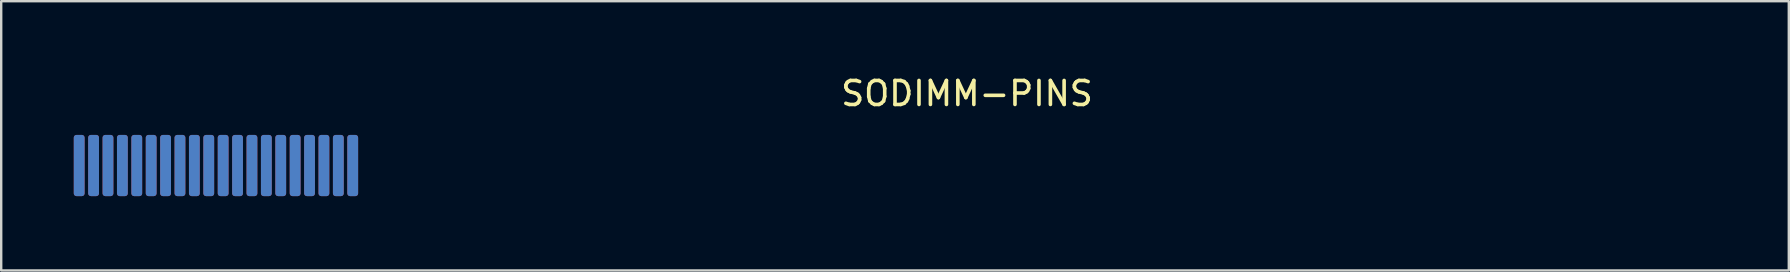
<source format=kicad_pcb>
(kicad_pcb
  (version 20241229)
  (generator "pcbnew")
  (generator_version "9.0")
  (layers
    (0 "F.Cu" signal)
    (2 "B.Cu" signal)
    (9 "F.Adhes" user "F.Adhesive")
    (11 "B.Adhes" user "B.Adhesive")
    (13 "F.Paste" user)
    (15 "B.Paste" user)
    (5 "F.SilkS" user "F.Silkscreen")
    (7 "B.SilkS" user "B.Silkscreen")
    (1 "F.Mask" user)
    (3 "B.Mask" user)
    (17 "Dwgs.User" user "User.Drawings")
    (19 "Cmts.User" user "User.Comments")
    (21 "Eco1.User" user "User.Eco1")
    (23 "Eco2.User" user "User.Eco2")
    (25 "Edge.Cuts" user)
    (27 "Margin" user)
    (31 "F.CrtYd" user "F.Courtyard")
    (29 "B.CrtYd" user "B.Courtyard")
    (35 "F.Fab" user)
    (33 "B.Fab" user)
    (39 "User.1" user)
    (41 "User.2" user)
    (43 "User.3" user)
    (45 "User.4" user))
  (footprint "SODIMM-PINS"
    (layer "F.Cu")
    (at 0.25 3.848)
    (property "Reference" "SODIMM-PINS" (at 37 -3 0) (layer "F.SilkS") (effects (font (size 1 1) (thickness 0.15))))
    (attr through_hole)
    (fp_line (start 66.5 1.3) (end 68.175 1.3) (stroke (width 0.15) (type solid)) (layer "B.Paste"))
    (pad "1" smd roundrect (at 0 0) (size 0.45 2.55) (layers "F.Cu" "F.Mask" "F.Paste") (roundrect_rratio 0.25))
    (pad "2" smd roundrect (at 0.6 0) (size 0.45 2.55) (layers "F.Cu" "F.Mask" "F.Paste") (roundrect_rratio 0.25))
    (pad "3" smd roundrect (at 1.2 0) (size 0.45 2.55) (layers "F.Cu" "F.Mask" "F.Paste") (roundrect_rratio 0.25))
    (pad "4" smd roundrect (at 1.8 0) (size 0.45 2.55) (layers "F.Cu" "F.Mask" "F.Paste") (roundrect_rratio 0.25))
    (pad "5" smd roundrect (at 2.4 0) (size 0.45 2.55) (layers "F.Cu" "F.Mask" "F.Paste") (roundrect_rratio 0.25))
    (pad "6" smd roundrect (at 3 0) (size 0.45 2.55) (layers "F.Cu" "F.Mask" "F.Paste") (roundrect_rratio 0.25))
    (pad "7" smd roundrect (at 3.6 0) (size 0.45 2.55) (layers "F.Cu" "F.Mask" "F.Paste") (roundrect_rratio 0.25))
    (pad "8" smd roundrect (at 4.2 0) (size 0.45 2.55) (layers "F.Cu" "F.Mask" "F.Paste") (roundrect_rratio 0.25))
    (pad "9" smd roundrect (at 4.8 0) (size 0.45 2.55) (layers "F.Cu" "F.Mask" "F.Paste") (roundrect_rratio 0.25))
    (pad "10" smd roundrect (at 5.4 0) (size 0.45 2.55) (layers "F.Cu" "F.Mask" "F.Paste") (roundrect_rratio 0.25))
    (pad "11" smd roundrect (at 6 0) (size 0.45 2.55) (layers "F.Cu" "F.Mask" "F.Paste") (roundrect_rratio 0.25))
    (pad "12" smd roundrect (at 6.6 0) (size 0.45 2.55) (layers "F.Cu" "F.Mask" "F.Paste") (roundrect_rratio 0.25))
    (pad "13" smd roundrect (at 7.2 0) (size 0.45 2.55) (layers "F.Cu" "F.Mask" "F.Paste") (roundrect_rratio 0.25))
    (pad "14" smd roundrect (at 7.8 0) (size 0.45 2.55) (layers "F.Cu" "F.Mask" "F.Paste") (roundrect_rratio 0.25))
    (pad "15" smd roundrect (at 8.4 0) (size 0.45 2.55) (layers "F.Cu" "F.Mask" "F.Paste") (roundrect_rratio 0.25))
    (pad "16" smd roundrect (at 9 0) (size 0.45 2.55) (layers "F.Cu" "F.Mask" "F.Paste") (roundrect_rratio 0.25))
    (pad "17" smd roundrect (at 9.6 0) (size 0.45 2.55) (layers "F.Cu" "F.Mask" "F.Paste") (roundrect_rratio 0.25))
    (pad "18" smd roundrect (at 10.2 0) (size 0.45 2.55) (layers "F.Cu" "F.Mask" "F.Paste") (roundrect_rratio 0.25))
    (pad "19" smd roundrect (at 10.8 0) (size 0.45 2.55) (layers "F.Cu" "F.Mask" "F.Paste") (roundrect_rratio 0.25))
    (pad "20" smd roundrect (at 11.4 0) (size 0.45 2.55) (layers "F.Cu" "F.Mask" "F.Paste") (roundrect_rratio 0.25))
    (pad "21" smd roundrect (at 0 0) (size 0.45 2.55) (layers "F.Mask" "B.Cu" "F.Paste") (roundrect_rratio 0.25))
    (pad "22" smd roundrect (at 0.6 0) (size 0.45 2.55) (layers "F.Mask" "B.Cu" "F.Paste") (roundrect_rratio 0.25))
    (pad "23" smd roundrect (at 1.2 0) (size 0.45 2.55) (layers "F.Mask" "B.Cu" "F.Paste") (roundrect_rratio 0.25))
    (pad "24" smd roundrect (at 1.8 0) (size 0.45 2.55) (layers "F.Mask" "B.Cu" "F.Paste") (roundrect_rratio 0.25))
    (pad "25" smd roundrect (at 2.4 0) (size 0.45 2.55) (layers "F.Mask" "B.Cu" "F.Paste") (roundrect_rratio 0.25))
    (pad "26" smd roundrect (at 3 0) (size 0.45 2.55) (layers "F.Mask" "B.Cu" "F.Paste") (roundrect_rratio 0.25))
    (pad "27" smd roundrect (at 3.6 0) (size 0.45 2.55) (layers "F.Mask" "B.Cu" "F.Paste") (roundrect_rratio 0.25))
    (pad "28" smd roundrect (at 4.2 0) (size 0.45 2.55) (layers "F.Mask" "B.Cu" "F.Paste") (roundrect_rratio 0.25))
    (pad "29" smd roundrect (at 4.8 0) (size 0.45 2.55) (layers "F.Mask" "B.Cu" "F.Paste") (roundrect_rratio 0.25))
    (pad "30" smd roundrect (at 5.4 0) (size 0.45 2.55) (layers "F.Mask" "B.Cu" "F.Paste") (roundrect_rratio 0.25))
    (pad "31" smd roundrect (at 6 0) (size 0.45 2.55) (layers "F.Mask" "B.Cu" "F.Paste") (roundrect_rratio 0.25))
    (pad "32" smd roundrect (at 6.6 0) (size 0.45 2.55) (layers "F.Mask" "B.Cu" "F.Paste") (roundrect_rratio 0.25))
    (pad "33" smd roundrect (at 7.2 0) (size 0.45 2.55) (layers "F.Mask" "B.Cu" "F.Paste") (roundrect_rratio 0.25))
    (pad "34" smd roundrect (at 7.8 0) (size 0.45 2.55) (layers "F.Mask" "B.Cu" "F.Paste") (roundrect_rratio 0.25))
    (pad "35" smd roundrect (at 8.4 0) (size 0.45 2.55) (layers "F.Mask" "B.Cu" "F.Paste") (roundrect_rratio 0.25))
    (pad "36" smd roundrect (at 9 0) (size 0.45 2.55) (layers "F.Mask" "B.Cu" "F.Paste") (roundrect_rratio 0.25))
    (pad "37" smd roundrect (at 9.6 0) (size 0.45 2.55) (layers "F.Mask" "B.Cu" "F.Paste") (roundrect_rratio 0.25))
    (pad "38" smd roundrect (at 10.2 0) (size 0.45 2.55) (layers "F.Mask" "B.Cu" "F.Paste") (roundrect_rratio 0.25))
    (pad "39" smd roundrect (at 10.8 0) (size 0.45 2.55) (layers "F.Mask" "B.Cu" "F.Paste") (roundrect_rratio 0.25))
    (pad "40" smd roundrect (at 11.4 0) (size 0.45 2.55) (layers "F.Mask" "B.Cu" "F.Paste") (roundrect_rratio 0.25)))
  (gr_rect
    (start -3 -3)
    (end 71.5 8.223)
    (stroke (width 0.1) (type default))
    (fill no)
    (layer "Edge.Cuts")))
</source>
